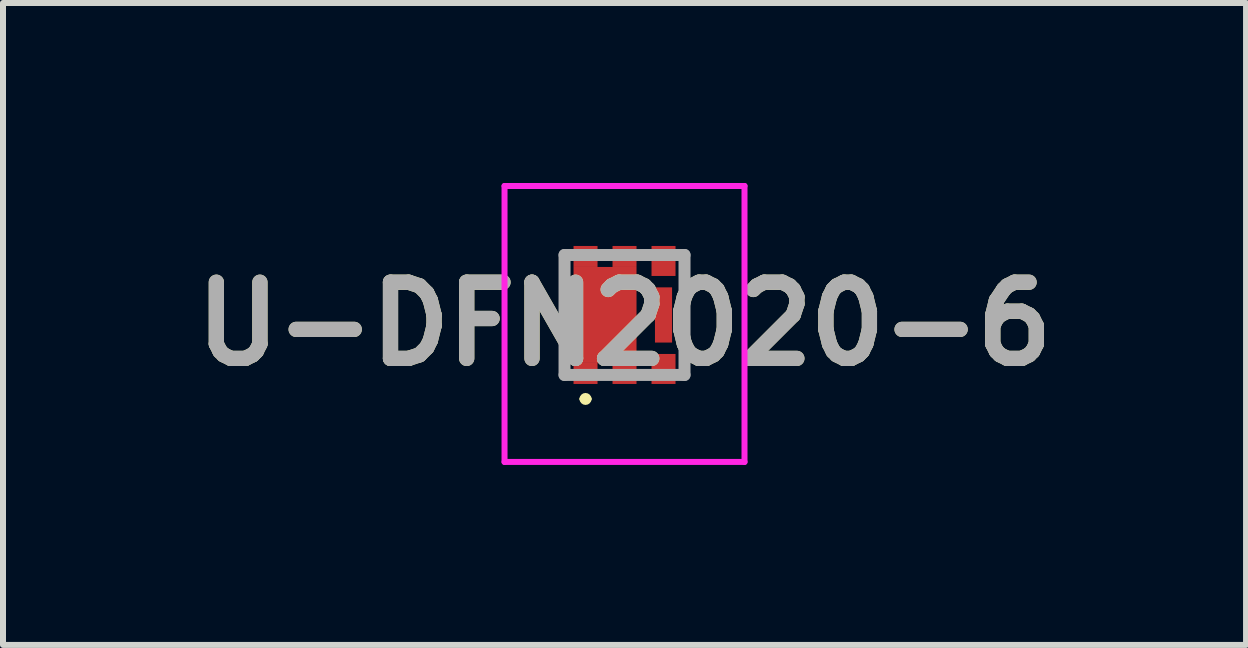
<source format=kicad_pcb>
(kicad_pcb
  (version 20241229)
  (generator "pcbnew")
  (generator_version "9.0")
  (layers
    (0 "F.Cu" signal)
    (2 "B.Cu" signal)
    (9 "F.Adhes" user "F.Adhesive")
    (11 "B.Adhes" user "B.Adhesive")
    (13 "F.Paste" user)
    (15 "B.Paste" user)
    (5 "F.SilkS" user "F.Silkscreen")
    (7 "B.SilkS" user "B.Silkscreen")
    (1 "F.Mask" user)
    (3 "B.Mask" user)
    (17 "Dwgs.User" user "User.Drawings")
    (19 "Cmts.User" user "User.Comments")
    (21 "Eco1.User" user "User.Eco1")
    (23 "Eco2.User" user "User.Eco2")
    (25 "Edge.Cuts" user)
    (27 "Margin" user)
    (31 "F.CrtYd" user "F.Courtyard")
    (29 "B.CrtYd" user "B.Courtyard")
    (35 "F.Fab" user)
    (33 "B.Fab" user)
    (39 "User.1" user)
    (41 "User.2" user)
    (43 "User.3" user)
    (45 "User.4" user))
  (footprint "U-DFN2020-6"
    (layer "F.Cu")
    (at 7.36 2.2)
    (property "Reference" "U-DFN2020-6" (at 0 0.15 0) (layer "F.SilkS") (effects (font (size 1.27 1.27) (thickness 0.254))))
    (attr smd)
    (fp_line (start -1 -1) (end -1 1) (stroke (width 0.1) (type solid)) (layer "F.SilkS"))
    (fp_line (start -0.7 1.4) (end -0.7 1.4) (stroke (width 0.1) (type solid)) (layer "F.SilkS"))
    (fp_line (start -0.6 1.4) (end -0.6 1.4) (stroke (width 0.1) (type solid)) (layer "F.SilkS"))
    (fp_line (start 1 -1) (end 1 1) (stroke (width 0.1) (type solid)) (layer "F.SilkS"))
    (fp_arc (start -0.7 1.4) (mid -0.65 1.35) (end -0.6 1.4) (stroke (width 0.1) (type solid)) (layer "F.SilkS"))
    (fp_arc (start -0.6 1.4) (mid -0.65 1.45) (end -0.7 1.4) (stroke (width 0.1) (type solid)) (layer "F.SilkS"))
    (fp_line (start -2 -2.15) (end 2 -2.15) (stroke (width 0.1) (type solid)) (layer "F.CrtYd"))
    (fp_line (start -2 2.45) (end -2 -2.15) (stroke (width 0.1) (type solid)) (layer "F.CrtYd"))
    (fp_line (start 2 -2.15) (end 2 2.45) (stroke (width 0.1) (type solid)) (layer "F.CrtYd"))
    (fp_line (start 2 2.45) (end -2 2.45) (stroke (width 0.1) (type solid)) (layer "F.CrtYd"))
    (fp_line (start -1 -1) (end 1 -1) (stroke (width 0.2) (type solid)) (layer "F.Fab"))
    (fp_line (start -1 1) (end -1 -1) (stroke (width 0.2) (type solid)) (layer "F.Fab"))
    (fp_line (start 1 -1) (end 1 1) (stroke (width 0.2) (type solid)) (layer "F.Fab"))
    (fp_line (start 1 1) (end -1 1) (stroke (width 0.2) (type solid)) (layer "F.Fab"))
    (fp_text user "${REFERENCE}" (at 0 0.15 0) (layer "F.Fab") (effects (font (size 1.27 1.27) (thickness 0.254))))
    (pad "1" smd rect (at -0.65 0.975 90) (size 0.35 0.4) (layers "F.Cu" "F.Mask" "F.Paste"))
    (pad "2" smd rect (at 0 0.975 90) (size 0.35 0.4) (layers "F.Cu" "F.Mask" "F.Paste"))
    (pad "3" smd rect (at 0.65 0.9) (size 0.4 0.5) (layers "F.Cu" "F.Mask" "F.Paste"))
    (pad "4" smd rect (at 0.65 -0.9) (size 0.4 0.5) (layers "F.Cu" "F.Mask" "F.Paste"))
    (pad "5" smd rect (at 0 -0.975 90) (size 0.35 0.4) (layers "F.Cu" "F.Mask" "F.Paste"))
    (pad "6" smd rect (at -0.65 -0.975 90) (size 0.35 0.4) (layers "F.Cu" "F.Mask" "F.Paste"))
    (pad "7" smd rect (at 0.65 0) (size 0.285 0.92) (layers "F.Cu" "F.Mask" "F.Paste"))
    (pad "8" smd rect (at -0.325 0) (size 1.05 1.6) (layers "F.Cu" "F.Mask" "F.Paste")))
  (gr_rect
    (start -3 -3)
    (end 17.72 7.7)
    (stroke (width 0.1) (type default))
    (fill no)
    (layer "Edge.Cuts")))
</source>
